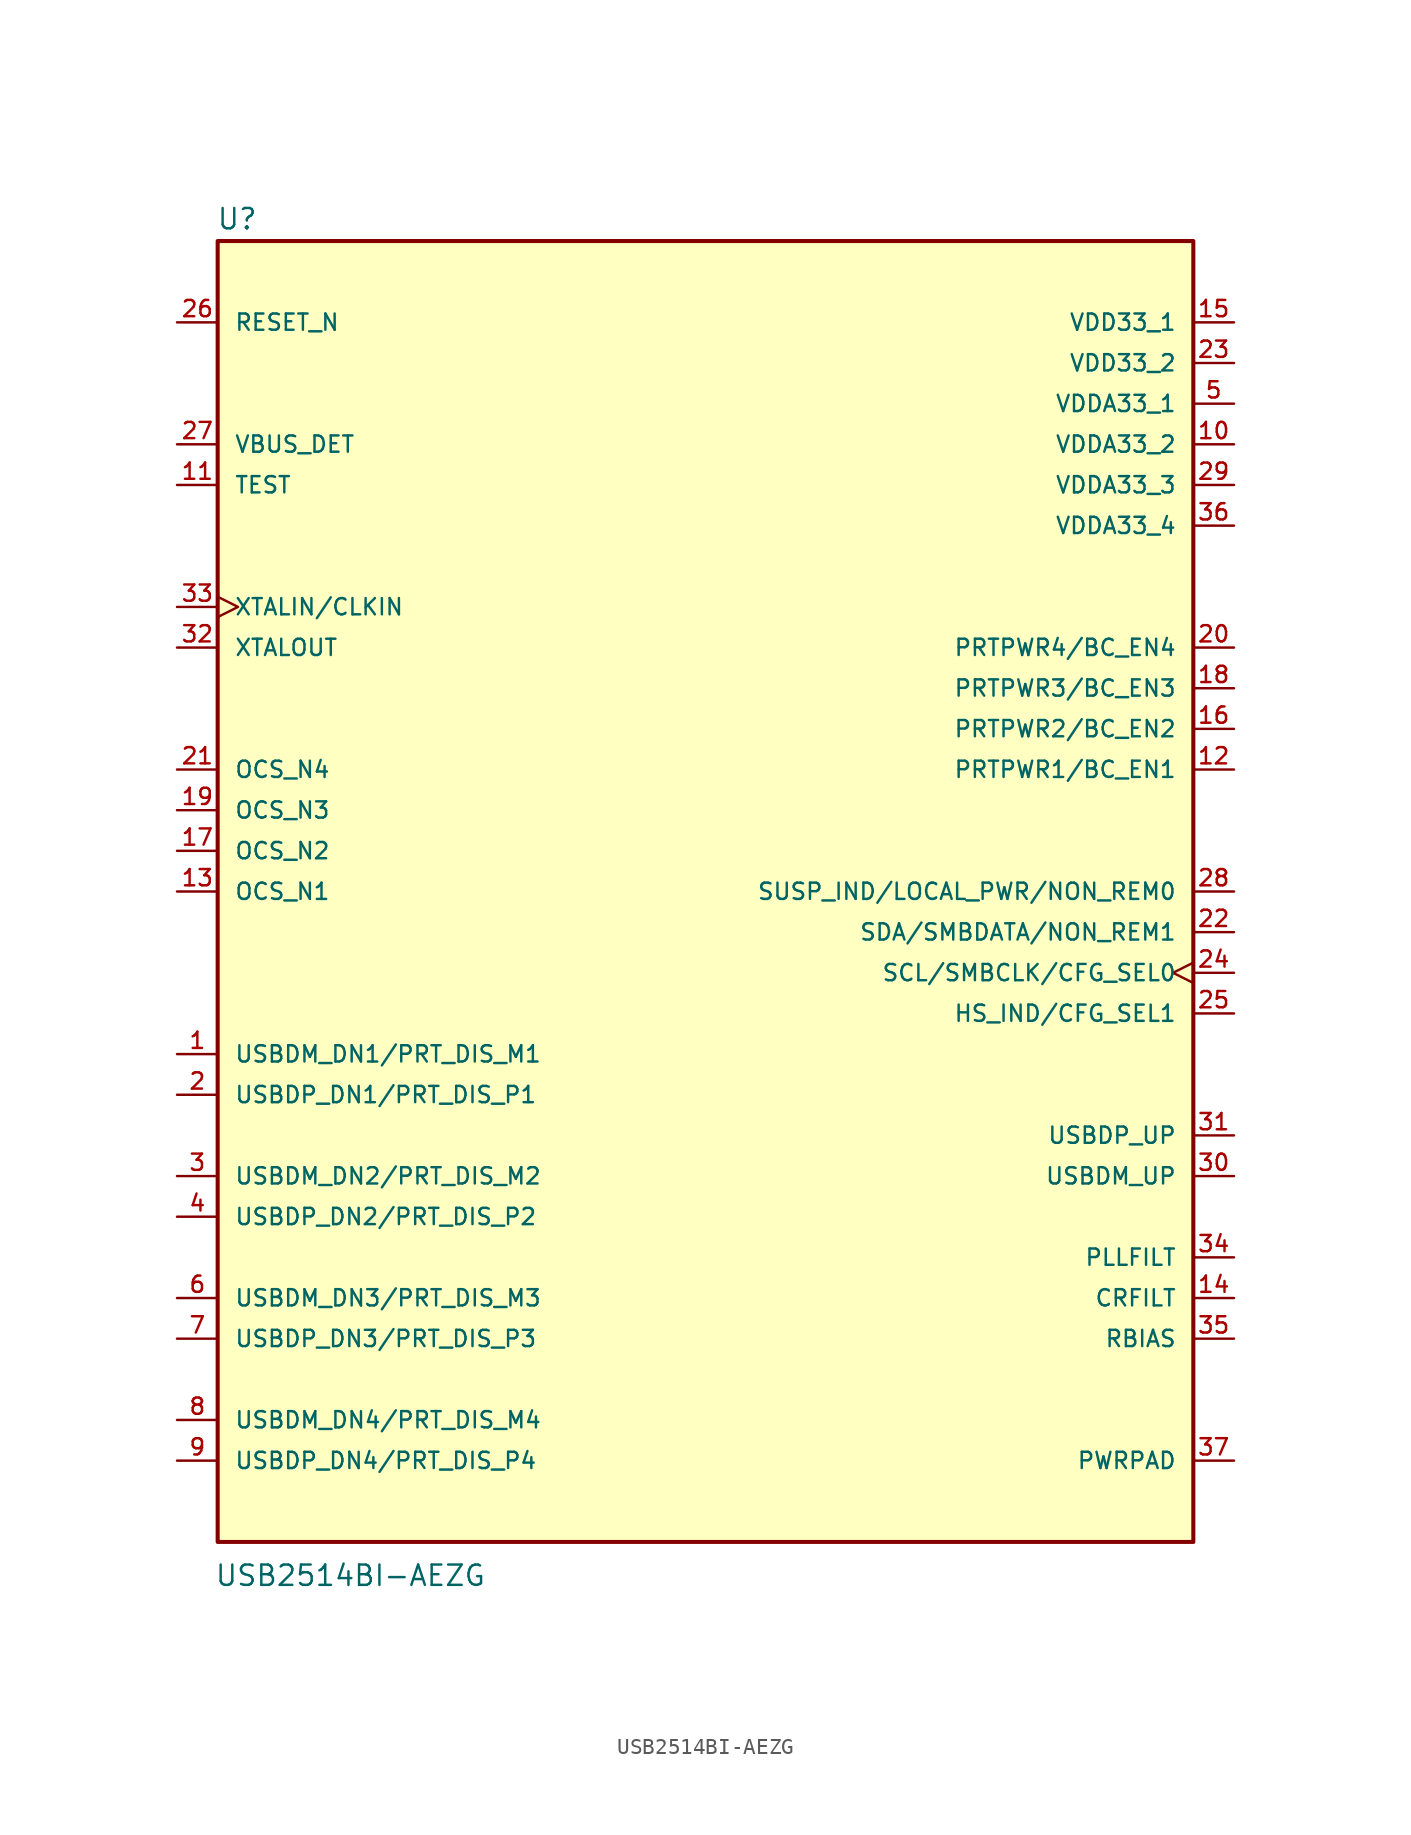
<source format=kicad_sym>
(kicad_symbol_lib
  (version 20211014)
  (generator kicad_symbol_editor)
  (symbol "USB2514BI-AEZG"
    (pin_names
      (offset 1.016))
    (property "Reference" "U"
      (at -30.573 41.274 0)
      (effects (font (size 1.27 1.27)) (justify bottom left)))
    (property "Value" "USB2514BI-AEZG"
      (at -30.695 -43.485 0)
      (effects (font (size 1.27 1.27)) (justify bottom left)))
    (symbol "USB2514BI-AEZG_0_0"
      (rectangle (start -30.48 -40.64) (end 30.48 40.64) (stroke (width 0.254)) (fill (type background)))
      (pin bidirectional line (at -33.02 -27.94 0) (length 2.54) (name "USBDP_DN3/PRT_DIS_P3" (effects (font (size 1.016 1.016)))) (number "7" (effects (font (size 1.016 1.016)))))
      (pin bidirectional line (at 33.02 12.7 180.0) (length 2.54) (name "PRTPWR3/BC_EN3" (effects (font (size 1.016 1.016)))) (number "18" (effects (font (size 1.016 1.016)))))
      (pin bidirectional line (at -33.02 -25.4 0) (length 2.54) (name "USBDM_DN3/PRT_DIS_M3" (effects (font (size 1.016 1.016)))) (number "6" (effects (font (size 1.016 1.016)))))
      (pin input line (at -33.02 5.08 0) (length 2.54) (name "OCS_N3" (effects (font (size 1.016 1.016)))) (number "19" (effects (font (size 1.016 1.016)))))
      (pin bidirectional line (at -33.02 -33.02 0) (length 2.54) (name "USBDM_DN4/PRT_DIS_M4" (effects (font (size 1.016 1.016)))) (number "8" (effects (font (size 1.016 1.016)))))
      (pin bidirectional line (at -33.02 -17.78 0) (length 2.54) (name "USBDM_DN2/PRT_DIS_M2" (effects (font (size 1.016 1.016)))) (number "3" (effects (font (size 1.016 1.016)))))
      (pin bidirectional line (at -33.02 -12.7 0) (length 2.54) (name "USBDP_DN1/PRT_DIS_P1" (effects (font (size 1.016 1.016)))) (number "2" (effects (font (size 1.016 1.016)))))
      (pin bidirectional line (at -33.02 -35.56 0) (length 2.54) (name "USBDP_DN4/PRT_DIS_P4" (effects (font (size 1.016 1.016)))) (number "9" (effects (font (size 1.016 1.016)))))
      (pin power_in line (at 33.02 27.94 180.0) (length 2.54) (name "VDDA33_2" (effects (font (size 1.016 1.016)))) (number "10" (effects (font (size 1.016 1.016)))))
      (pin bidirectional line (at 33.02 15.24 180.0) (length 2.54) (name "PRTPWR4/BC_EN4" (effects (font (size 1.016 1.016)))) (number "20" (effects (font (size 1.016 1.016)))))
      (pin bidirectional line (at -33.02 -10.16 0) (length 2.54) (name "USBDM_DN1/PRT_DIS_M1" (effects (font (size 1.016 1.016)))) (number "1" (effects (font (size 1.016 1.016)))))
      (pin input line (at -33.02 7.62 0) (length 2.54) (name "OCS_N4" (effects (font (size 1.016 1.016)))) (number "21" (effects (font (size 1.016 1.016)))))
      (pin input line (at -33.02 25.4 0) (length 2.54) (name "TEST" (effects (font (size 1.016 1.016)))) (number "11" (effects (font (size 1.016 1.016)))))
      (pin bidirectional line (at 33.02 -2.54 180.0) (length 2.54) (name "SDA/SMBDATA/NON_REM1" (effects (font (size 1.016 1.016)))) (number "22" (effects (font (size 1.016 1.016)))))
      (pin bidirectional line (at -33.02 -20.32 0) (length 2.54) (name "USBDP_DN2/PRT_DIS_P2" (effects (font (size 1.016 1.016)))) (number "4" (effects (font (size 1.016 1.016)))))
      (pin power_in line (at 33.02 30.48 180.0) (length 2.54) (name "VDDA33_1" (effects (font (size 1.016 1.016)))) (number "5" (effects (font (size 1.016 1.016)))))
      (pin input line (at -33.02 2.54 0) (length 2.54) (name "OCS_N2" (effects (font (size 1.016 1.016)))) (number "17" (effects (font (size 1.016 1.016)))))
      (pin power_in line (at 33.02 33.02 180.0) (length 2.54) (name "VDD33_2" (effects (font (size 1.016 1.016)))) (number "23" (effects (font (size 1.016 1.016)))))
      (pin bidirectional clock (at 33.02 -5.08 180.0) (length 2.54) (name "SCL/SMBCLK/CFG_SEL0" (effects (font (size 1.016 1.016)))) (number "24" (effects (font (size 1.016 1.016)))))
      (pin bidirectional line (at 33.02 -7.62 180.0) (length 2.54) (name "HS_IND/CFG_SEL1" (effects (font (size 1.016 1.016)))) (number "25" (effects (font (size 1.016 1.016)))))
      (pin power_in line (at 33.02 -35.56 180.0) (length 2.54) (name "PWRPAD" (effects (font (size 1.016 1.016)))) (number "37" (effects (font (size 1.016 1.016)))))
      (pin input line (at -33.02 35.56 0) (length 2.54) (name "RESET_N" (effects (font (size 1.016 1.016)))) (number "26" (effects (font (size 1.016 1.016)))))
      (pin input line (at -33.02 27.94 0) (length 2.54) (name "VBUS_DET" (effects (font (size 1.016 1.016)))) (number "27" (effects (font (size 1.016 1.016)))))
      (pin bidirectional line (at 33.02 7.62 180.0) (length 2.54) (name "PRTPWR1/BC_EN1" (effects (font (size 1.016 1.016)))) (number "12" (effects (font (size 1.016 1.016)))))
      (pin input line (at -33.02 0.0 0) (length 2.54) (name "OCS_N1" (effects (font (size 1.016 1.016)))) (number "13" (effects (font (size 1.016 1.016)))))
      (pin passive line (at 33.02 -25.4 180.0) (length 2.54) (name "CRFILT" (effects (font (size 1.016 1.016)))) (number "14" (effects (font (size 1.016 1.016)))))
      (pin power_in line (at 33.02 35.56 180.0) (length 2.54) (name "VDD33_1" (effects (font (size 1.016 1.016)))) (number "15" (effects (font (size 1.016 1.016)))))
      (pin bidirectional line (at 33.02 10.16 180.0) (length 2.54) (name "PRTPWR2/BC_EN2" (effects (font (size 1.016 1.016)))) (number "16" (effects (font (size 1.016 1.016)))))
      (pin bidirectional line (at 33.02 0.0 180.0) (length 2.54) (name "SUSP_IND/LOCAL_PWR/NON_REM0" (effects (font (size 1.016 1.016)))) (number "28" (effects (font (size 1.016 1.016)))))
      (pin power_in line (at 33.02 25.4 180.0) (length 2.54) (name "VDDA33_3" (effects (font (size 1.016 1.016)))) (number "29" (effects (font (size 1.016 1.016)))))
      (pin bidirectional line (at 33.02 -17.78 180.0) (length 2.54) (name "USBDM_UP" (effects (font (size 1.016 1.016)))) (number "30" (effects (font (size 1.016 1.016)))))
      (pin bidirectional line (at 33.02 -15.24 180.0) (length 2.54) (name "USBDP_UP" (effects (font (size 1.016 1.016)))) (number "31" (effects (font (size 1.016 1.016)))))
      (pin output line (at -33.02 15.24 0) (length 2.54) (name "XTALOUT" (effects (font (size 1.016 1.016)))) (number "32" (effects (font (size 1.016 1.016)))))
      (pin input clock (at -33.02 17.78 0) (length 2.54) (name "XTALIN/CLKIN" (effects (font (size 1.016 1.016)))) (number "33" (effects (font (size 1.016 1.016)))))
      (pin passive line (at 33.02 -22.86 180.0) (length 2.54) (name "PLLFILT" (effects (font (size 1.016 1.016)))) (number "34" (effects (font (size 1.016 1.016)))))
      (pin passive line (at 33.02 -27.94 180.0) (length 2.54) (name "RBIAS" (effects (font (size 1.016 1.016)))) (number "35" (effects (font (size 1.016 1.016)))))
      (pin power_in line (at 33.02 22.86 180.0) (length 2.54) (name "VDDA33_4" (effects (font (size 1.016 1.016)))) (number "36" (effects (font (size 1.016 1.016))))))))
</source>
